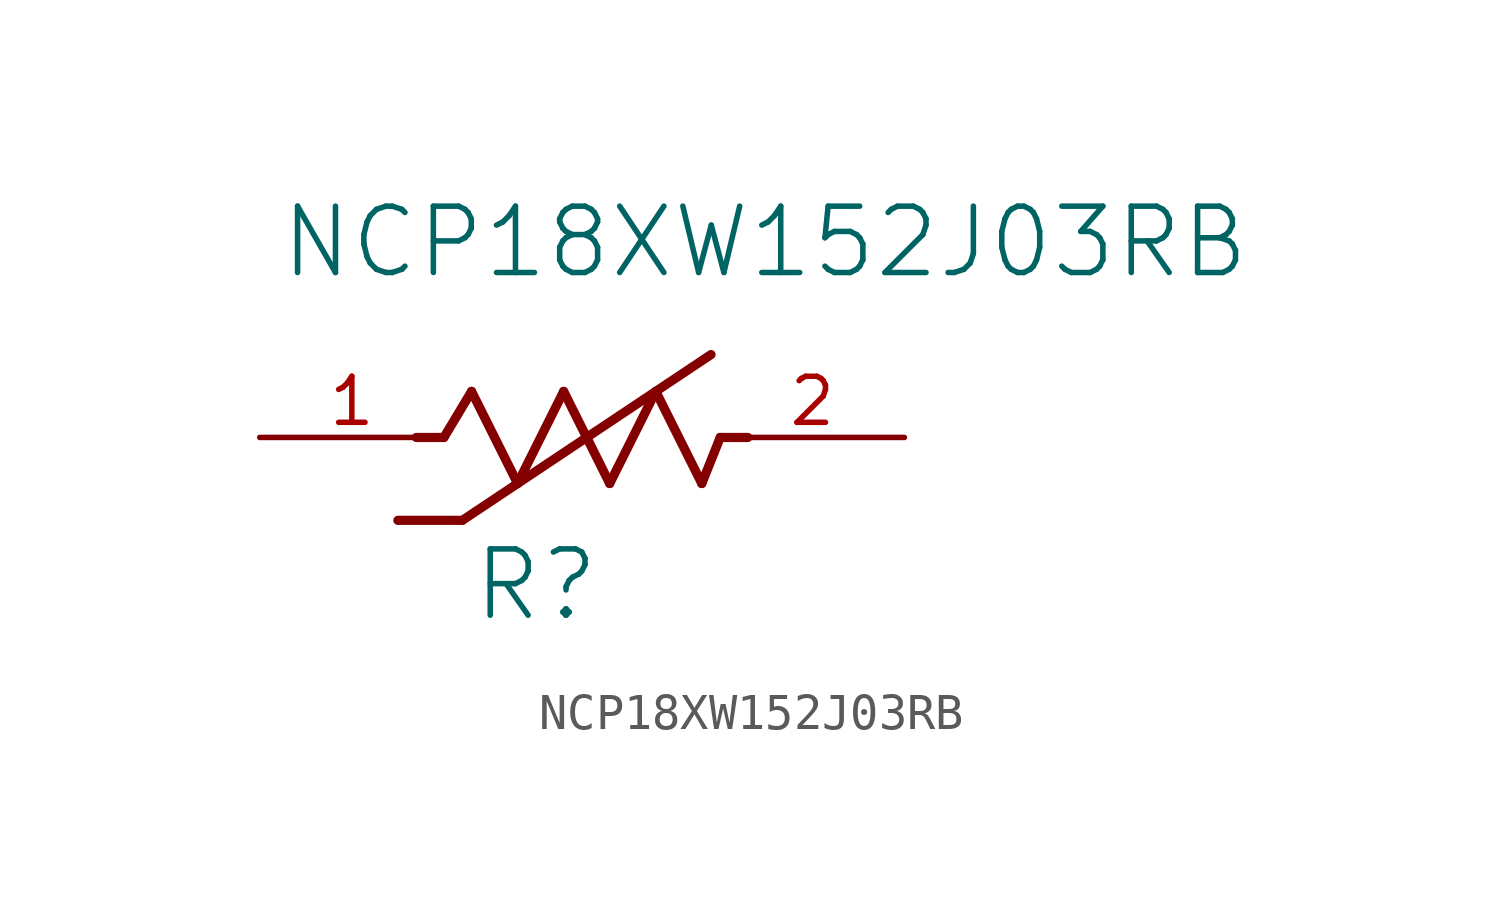
<source format=kicad_sym>
(kicad_symbol_lib
  (version 20231120)
  (generator "kicad_symbol_editor")
  (generator_version "8.0")
  (symbol "NCP18XW152J03RB"
    (property "Reference" "R"
      (at 7.62 -4.064 0)
      (effects (font (size 1.829 1.829))))
    (property "Value" "NCP18XW152J03RB"
      (at 0.508 4.318 0)
      (effects (font (size 1.829 1.829)) (justify left bottom)))
    (symbol "NCP18XW152J03RB_1_0"
      (polyline (pts (xy 5.08 0) (xy 4.318 0)) (stroke (width 0.254) (type solid)) (fill (type none)))
      (polyline (pts (xy 5.08 0) (xy 5.842 1.27)) (stroke (width 0.254) (type solid)) (fill (type none)))
      (polyline (pts (xy 5.588 -2.286) (xy 3.81 -2.286)) (stroke (width 0.254) (type solid)) (fill (type none)))
      (polyline (pts (xy 5.588 -2.286) (xy 12.446 2.286)) (stroke (width 0.254) (type solid)) (fill (type none)))
      (polyline (pts (xy 5.842 1.27) (xy 7.112 -1.27)) (stroke (width 0.254) (type solid)) (fill (type none)))
      (polyline (pts (xy 7.112 -1.27) (xy 8.382 1.27)) (stroke (width 0.254) (type solid)) (fill (type none)))
      (polyline (pts (xy 8.382 1.27) (xy 9.652 -1.27)) (stroke (width 0.254) (type solid)) (fill (type none)))
      (polyline (pts (xy 9.652 -1.27) (xy 10.922 1.27)) (stroke (width 0.254) (type solid)) (fill (type none)))
      (polyline (pts (xy 10.922 1.27) (xy 12.192 -1.27)) (stroke (width 0.254) (type solid)) (fill (type none)))
      (polyline (pts (xy 12.192 -1.27) (xy 12.7 0)) (stroke (width 0.254) (type solid)) (fill (type none)))
      (polyline (pts (xy 12.7 0) (xy 13.462 0)) (stroke (width 0.254) (type solid)) (fill (type none)))
      (pin passive line (at 0 0 0) (length 5.08) (name "1" (effects (font (size 0 0)))) (number "1" (effects (font (size 1.27 1.27)))))
      (pin passive line (at 17.78 0 180) (length 5.08) (name "2" (effects (font (size 0 0)))) (number "2" (effects (font (size 1.27 1.27))))))))
</source>
